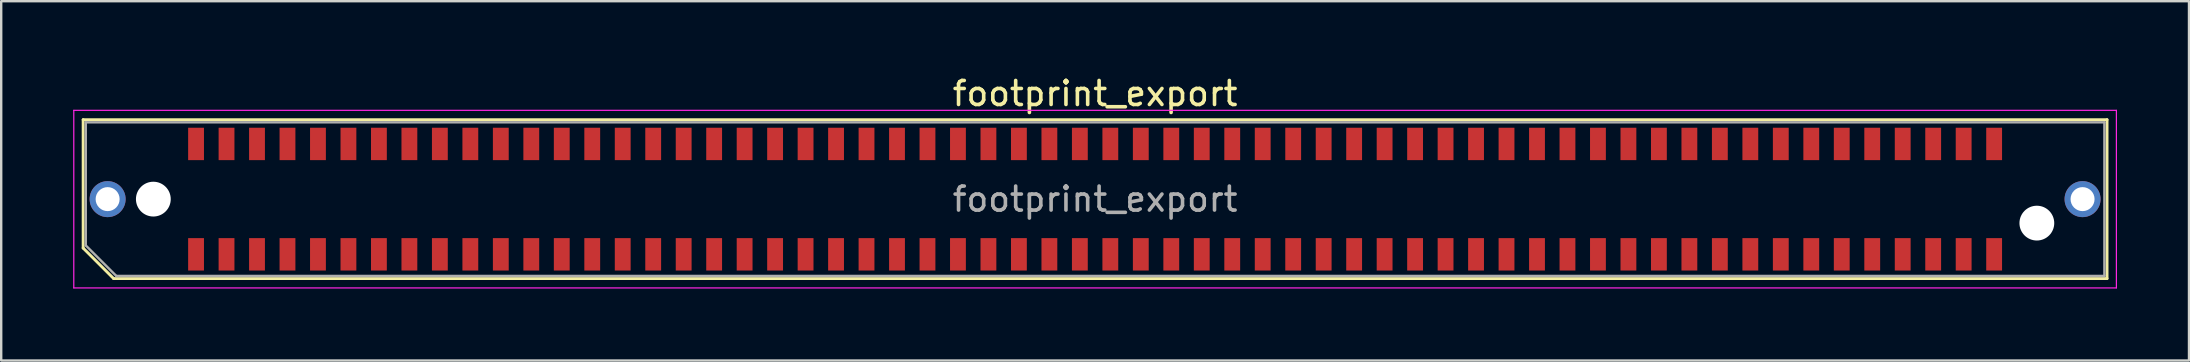
<source format=kicad_pcb>
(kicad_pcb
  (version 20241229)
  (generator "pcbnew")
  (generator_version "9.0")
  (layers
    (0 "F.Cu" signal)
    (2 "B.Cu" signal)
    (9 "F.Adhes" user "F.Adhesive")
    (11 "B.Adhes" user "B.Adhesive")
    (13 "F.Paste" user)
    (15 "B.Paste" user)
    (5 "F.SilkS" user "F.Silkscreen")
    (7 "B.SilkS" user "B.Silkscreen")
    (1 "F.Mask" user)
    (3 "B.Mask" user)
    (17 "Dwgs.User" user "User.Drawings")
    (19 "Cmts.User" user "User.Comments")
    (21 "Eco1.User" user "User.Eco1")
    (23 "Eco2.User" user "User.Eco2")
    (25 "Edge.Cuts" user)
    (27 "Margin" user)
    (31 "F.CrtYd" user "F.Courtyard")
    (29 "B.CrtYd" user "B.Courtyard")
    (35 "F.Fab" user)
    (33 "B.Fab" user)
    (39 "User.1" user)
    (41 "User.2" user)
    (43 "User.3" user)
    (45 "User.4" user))
  (footprint "footprint_export"
    (layer "F.Cu")
    (at 42.585 5.248)
    (property "Reference" "footprint_export" (at 0 -4.4 0) (layer "F.SilkS") (effects (font (size 1 1) (thickness 0.15))))
    (attr smd)
    (fp_line (start -42.17 -3.31) (end 42.17 -3.31) (stroke (width 0.12) (type solid)) (layer "F.SilkS"))
    (fp_line (start -42.17 2.04) (end -42.17 -3.31) (stroke (width 0.12) (type solid)) (layer "F.SilkS"))
    (fp_line (start -40.9 3.31) (end -42.17 2.04) (stroke (width 0.12) (type solid)) (layer "F.SilkS"))
    (fp_line (start -40.9 3.31) (end 42.17 3.31) (stroke (width 0.12) (type solid)) (layer "F.SilkS"))
    (fp_line (start 42.17 3.31) (end 42.17 -3.31) (stroke (width 0.12) (type solid)) (layer "F.SilkS"))
    (fp_line (start -42.56 -3.7) (end -42.56 3.7) (stroke (width 0.05) (type solid)) (layer "F.CrtYd"))
    (fp_line (start -42.56 3.7) (end 42.56 3.7) (stroke (width 0.05) (type solid)) (layer "F.CrtYd"))
    (fp_line (start 42.56 -3.7) (end -42.56 -3.7) (stroke (width 0.05) (type solid)) (layer "F.CrtYd"))
    (fp_line (start 42.56 3.7) (end 42.56 -3.7) (stroke (width 0.05) (type solid)) (layer "F.CrtYd"))
    (fp_line (start -42.06 -3.2) (end 42.06 -3.2) (stroke (width 0.1) (type solid)) (layer "F.Fab"))
    (fp_line (start -42.06 1.93) (end -42.06 -3.2) (stroke (width 0.1) (type solid)) (layer "F.Fab"))
    (fp_line (start -42.06 1.93) (end -40.79 3.2) (stroke (width 0.1) (type solid)) (layer "F.Fab"))
    (fp_line (start -40.79 3.2) (end 42.06 3.2) (stroke (width 0.1) (type solid)) (layer "F.Fab"))
    (fp_line (start 42.06 3.2) (end 42.06 -3.2) (stroke (width 0.1) (type solid)) (layer "F.Fab"))
    (fp_text user "${REFERENCE}" (at 0 0 0) (layer "F.Fab") (effects (font (size 1 1) (thickness 0.15))))
    (pad "" thru_hole circle (at -41.15 0) (size 1.5 1.5) (drill 1) (layers "*.Cu" "*.Mask"))
    (pad "" np_thru_hole circle (at -39.245 0) (size 1.45 1.45) (drill 1.45) (layers "*.Cu" "*.Mask"))
    (pad "" np_thru_hole circle (at 39.245 1) (size 1.45 1.45) (drill 1.45) (layers "*.Cu" "*.Mask"))
    (pad "" thru_hole circle (at 41.15 0) (size 1.5 1.5) (drill 1) (layers "*.Cu" "*.Mask"))
    (pad "1" smd rect (at -37.465 2.3) (size 0.66 1.35) (layers "F.Cu" "F.Mask" "F.Paste"))
    (pad "2" smd rect (at -37.465 -2.3) (size 0.66 1.35) (layers "F.Cu" "F.Mask" "F.Paste"))
    (pad "3" smd rect (at -36.195 2.3) (size 0.66 1.35) (layers "F.Cu" "F.Mask" "F.Paste"))
    (pad "4" smd rect (at -36.195 -2.3) (size 0.66 1.35) (layers "F.Cu" "F.Mask" "F.Paste"))
    (pad "5" smd rect (at -34.925 2.3) (size 0.66 1.35) (layers "F.Cu" "F.Mask" "F.Paste"))
    (pad "6" smd rect (at -34.925 -2.3) (size 0.66 1.35) (layers "F.Cu" "F.Mask" "F.Paste"))
    (pad "7" smd rect (at -33.655 2.3) (size 0.66 1.35) (layers "F.Cu" "F.Mask" "F.Paste"))
    (pad "8" smd rect (at -33.655 -2.3) (size 0.66 1.35) (layers "F.Cu" "F.Mask" "F.Paste"))
    (pad "9" smd rect (at -32.385 2.3) (size 0.66 1.35) (layers "F.Cu" "F.Mask" "F.Paste"))
    (pad "10" smd rect (at -32.385 -2.3) (size 0.66 1.35) (layers "F.Cu" "F.Mask" "F.Paste"))
    (pad "11" smd rect (at -31.115 2.3) (size 0.66 1.35) (layers "F.Cu" "F.Mask" "F.Paste"))
    (pad "12" smd rect (at -31.115 -2.3) (size 0.66 1.35) (layers "F.Cu" "F.Mask" "F.Paste"))
    (pad "13" smd rect (at -29.845 2.3) (size 0.66 1.35) (layers "F.Cu" "F.Mask" "F.Paste"))
    (pad "14" smd rect (at -29.845 -2.3) (size 0.66 1.35) (layers "F.Cu" "F.Mask" "F.Paste"))
    (pad "15" smd rect (at -28.575 2.3) (size 0.66 1.35) (layers "F.Cu" "F.Mask" "F.Paste"))
    (pad "16" smd rect (at -28.575 -2.3) (size 0.66 1.35) (layers "F.Cu" "F.Mask" "F.Paste"))
    (pad "17" smd rect (at -27.305 2.3) (size 0.66 1.35) (layers "F.Cu" "F.Mask" "F.Paste"))
    (pad "18" smd rect (at -27.305 -2.3) (size 0.66 1.35) (layers "F.Cu" "F.Mask" "F.Paste"))
    (pad "19" smd rect (at -26.035 2.3) (size 0.66 1.35) (layers "F.Cu" "F.Mask" "F.Paste"))
    (pad "20" smd rect (at -26.035 -2.3) (size 0.66 1.35) (layers "F.Cu" "F.Mask" "F.Paste"))
    (pad "21" smd rect (at -24.765 2.3) (size 0.66 1.35) (layers "F.Cu" "F.Mask" "F.Paste"))
    (pad "22" smd rect (at -24.765 -2.3) (size 0.66 1.35) (layers "F.Cu" "F.Mask" "F.Paste"))
    (pad "23" smd rect (at -23.495 2.3) (size 0.66 1.35) (layers "F.Cu" "F.Mask" "F.Paste"))
    (pad "24" smd rect (at -23.495 -2.3) (size 0.66 1.35) (layers "F.Cu" "F.Mask" "F.Paste"))
    (pad "25" smd rect (at -22.225 2.3) (size 0.66 1.35) (layers "F.Cu" "F.Mask" "F.Paste"))
    (pad "26" smd rect (at -22.225 -2.3) (size 0.66 1.35) (layers "F.Cu" "F.Mask" "F.Paste"))
    (pad "27" smd rect (at -20.955 2.3) (size 0.66 1.35) (layers "F.Cu" "F.Mask" "F.Paste"))
    (pad "28" smd rect (at -20.955 -2.3) (size 0.66 1.35) (layers "F.Cu" "F.Mask" "F.Paste"))
    (pad "29" smd rect (at -19.685 2.3) (size 0.66 1.35) (layers "F.Cu" "F.Mask" "F.Paste"))
    (pad "30" smd rect (at -19.685 -2.3) (size 0.66 1.35) (layers "F.Cu" "F.Mask" "F.Paste"))
    (pad "31" smd rect (at -18.415 2.3) (size 0.66 1.35) (layers "F.Cu" "F.Mask" "F.Paste"))
    (pad "32" smd rect (at -18.415 -2.3) (size 0.66 1.35) (layers "F.Cu" "F.Mask" "F.Paste"))
    (pad "33" smd rect (at -17.145 2.3) (size 0.66 1.35) (layers "F.Cu" "F.Mask" "F.Paste"))
    (pad "34" smd rect (at -17.145 -2.3) (size 0.66 1.35) (layers "F.Cu" "F.Mask" "F.Paste"))
    (pad "35" smd rect (at -15.875 2.3) (size 0.66 1.35) (layers "F.Cu" "F.Mask" "F.Paste"))
    (pad "36" smd rect (at -15.875 -2.3) (size 0.66 1.35) (layers "F.Cu" "F.Mask" "F.Paste"))
    (pad "37" smd rect (at -14.605 2.3) (size 0.66 1.35) (layers "F.Cu" "F.Mask" "F.Paste"))
    (pad "38" smd rect (at -14.605 -2.3) (size 0.66 1.35) (layers "F.Cu" "F.Mask" "F.Paste"))
    (pad "39" smd rect (at -13.335 2.3) (size 0.66 1.35) (layers "F.Cu" "F.Mask" "F.Paste"))
    (pad "40" smd rect (at -13.335 -2.3) (size 0.66 1.35) (layers "F.Cu" "F.Mask" "F.Paste"))
    (pad "41" smd rect (at -12.065 2.3) (size 0.66 1.35) (layers "F.Cu" "F.Mask" "F.Paste"))
    (pad "42" smd rect (at -12.065 -2.3) (size 0.66 1.35) (layers "F.Cu" "F.Mask" "F.Paste"))
    (pad "43" smd rect (at -10.795 2.3) (size 0.66 1.35) (layers "F.Cu" "F.Mask" "F.Paste"))
    (pad "44" smd rect (at -10.795 -2.3) (size 0.66 1.35) (layers "F.Cu" "F.Mask" "F.Paste"))
    (pad "45" smd rect (at -9.525 2.3) (size 0.66 1.35) (layers "F.Cu" "F.Mask" "F.Paste"))
    (pad "46" smd rect (at -9.525 -2.3) (size 0.66 1.35) (layers "F.Cu" "F.Mask" "F.Paste"))
    (pad "47" smd rect (at -8.255 2.3) (size 0.66 1.35) (layers "F.Cu" "F.Mask" "F.Paste"))
    (pad "48" smd rect (at -8.255 -2.3) (size 0.66 1.35) (layers "F.Cu" "F.Mask" "F.Paste"))
    (pad "49" smd rect (at -6.985 2.3) (size 0.66 1.35) (layers "F.Cu" "F.Mask" "F.Paste"))
    (pad "50" smd rect (at -6.985 -2.3) (size 0.66 1.35) (layers "F.Cu" "F.Mask" "F.Paste"))
    (pad "51" smd rect (at -5.715 2.3) (size 0.66 1.35) (layers "F.Cu" "F.Mask" "F.Paste"))
    (pad "52" smd rect (at -5.715 -2.3) (size 0.66 1.35) (layers "F.Cu" "F.Mask" "F.Paste"))
    (pad "53" smd rect (at -4.445 2.3) (size 0.66 1.35) (layers "F.Cu" "F.Mask" "F.Paste"))
    (pad "54" smd rect (at -4.445 -2.3) (size 0.66 1.35) (layers "F.Cu" "F.Mask" "F.Paste"))
    (pad "55" smd rect (at -3.175 2.3) (size 0.66 1.35) (layers "F.Cu" "F.Mask" "F.Paste"))
    (pad "56" smd rect (at -3.175 -2.3) (size 0.66 1.35) (layers "F.Cu" "F.Mask" "F.Paste"))
    (pad "57" smd rect (at -1.905 2.3) (size 0.66 1.35) (layers "F.Cu" "F.Mask" "F.Paste"))
    (pad "58" smd rect (at -1.905 -2.3) (size 0.66 1.35) (layers "F.Cu" "F.Mask" "F.Paste"))
    (pad "59" smd rect (at -0.635 2.3) (size 0.66 1.35) (layers "F.Cu" "F.Mask" "F.Paste"))
    (pad "60" smd rect (at -0.635 -2.3) (size 0.66 1.35) (layers "F.Cu" "F.Mask" "F.Paste"))
    (pad "61" smd rect (at 0.635 2.3) (size 0.66 1.35) (layers "F.Cu" "F.Mask" "F.Paste"))
    (pad "62" smd rect (at 0.635 -2.3) (size 0.66 1.35) (layers "F.Cu" "F.Mask" "F.Paste"))
    (pad "63" smd rect (at 1.905 2.3) (size 0.66 1.35) (layers "F.Cu" "F.Mask" "F.Paste"))
    (pad "64" smd rect (at 1.905 -2.3) (size 0.66 1.35) (layers "F.Cu" "F.Mask" "F.Paste"))
    (pad "65" smd rect (at 3.175 2.3) (size 0.66 1.35) (layers "F.Cu" "F.Mask" "F.Paste"))
    (pad "66" smd rect (at 3.175 -2.3) (size 0.66 1.35) (layers "F.Cu" "F.Mask" "F.Paste"))
    (pad "67" smd rect (at 4.445 2.3) (size 0.66 1.35) (layers "F.Cu" "F.Mask" "F.Paste"))
    (pad "68" smd rect (at 4.445 -2.3) (size 0.66 1.35) (layers "F.Cu" "F.Mask" "F.Paste"))
    (pad "69" smd rect (at 5.715 2.3) (size 0.66 1.35) (layers "F.Cu" "F.Mask" "F.Paste"))
    (pad "70" smd rect (at 5.715 -2.3) (size 0.66 1.35) (layers "F.Cu" "F.Mask" "F.Paste"))
    (pad "71" smd rect (at 6.985 2.3) (size 0.66 1.35) (layers "F.Cu" "F.Mask" "F.Paste"))
    (pad "72" smd rect (at 6.985 -2.3) (size 0.66 1.35) (layers "F.Cu" "F.Mask" "F.Paste"))
    (pad "73" smd rect (at 8.255 2.3) (size 0.66 1.35) (layers "F.Cu" "F.Mask" "F.Paste"))
    (pad "74" smd rect (at 8.255 -2.3) (size 0.66 1.35) (layers "F.Cu" "F.Mask" "F.Paste"))
    (pad "75" smd rect (at 9.525 2.3) (size 0.66 1.35) (layers "F.Cu" "F.Mask" "F.Paste"))
    (pad "76" smd rect (at 9.525 -2.3) (size 0.66 1.35) (layers "F.Cu" "F.Mask" "F.Paste"))
    (pad "77" smd rect (at 10.795 2.3) (size 0.66 1.35) (layers "F.Cu" "F.Mask" "F.Paste"))
    (pad "78" smd rect (at 10.795 -2.3) (size 0.66 1.35) (layers "F.Cu" "F.Mask" "F.Paste"))
    (pad "79" smd rect (at 12.065 2.3) (size 0.66 1.35) (layers "F.Cu" "F.Mask" "F.Paste"))
    (pad "80" smd rect (at 12.065 -2.3) (size 0.66 1.35) (layers "F.Cu" "F.Mask" "F.Paste"))
    (pad "81" smd rect (at 13.335 2.3) (size 0.66 1.35) (layers "F.Cu" "F.Mask" "F.Paste"))
    (pad "82" smd rect (at 13.335 -2.3) (size 0.66 1.35) (layers "F.Cu" "F.Mask" "F.Paste"))
    (pad "83" smd rect (at 14.605 2.3) (size 0.66 1.35) (layers "F.Cu" "F.Mask" "F.Paste"))
    (pad "84" smd rect (at 14.605 -2.3) (size 0.66 1.35) (layers "F.Cu" "F.Mask" "F.Paste"))
    (pad "85" smd rect (at 15.875 2.3) (size 0.66 1.35) (layers "F.Cu" "F.Mask" "F.Paste"))
    (pad "86" smd rect (at 15.875 -2.3) (size 0.66 1.35) (layers "F.Cu" "F.Mask" "F.Paste"))
    (pad "87" smd rect (at 17.145 2.3) (size 0.66 1.35) (layers "F.Cu" "F.Mask" "F.Paste"))
    (pad "88" smd rect (at 17.145 -2.3) (size 0.66 1.35) (layers "F.Cu" "F.Mask" "F.Paste"))
    (pad "89" smd rect (at 18.415 2.3) (size 0.66 1.35) (layers "F.Cu" "F.Mask" "F.Paste"))
    (pad "90" smd rect (at 18.415 -2.3) (size 0.66 1.35) (layers "F.Cu" "F.Mask" "F.Paste"))
    (pad "91" smd rect (at 19.685 2.3) (size 0.66 1.35) (layers "F.Cu" "F.Mask" "F.Paste"))
    (pad "92" smd rect (at 19.685 -2.3) (size 0.66 1.35) (layers "F.Cu" "F.Mask" "F.Paste"))
    (pad "93" smd rect (at 20.955 2.3) (size 0.66 1.35) (layers "F.Cu" "F.Mask" "F.Paste"))
    (pad "94" smd rect (at 20.955 -2.3) (size 0.66 1.35) (layers "F.Cu" "F.Mask" "F.Paste"))
    (pad "95" smd rect (at 22.225 2.3) (size 0.66 1.35) (layers "F.Cu" "F.Mask" "F.Paste"))
    (pad "96" smd rect (at 22.225 -2.3) (size 0.66 1.35) (layers "F.Cu" "F.Mask" "F.Paste"))
    (pad "97" smd rect (at 23.495 2.3) (size 0.66 1.35) (layers "F.Cu" "F.Mask" "F.Paste"))
    (pad "98" smd rect (at 23.495 -2.3) (size 0.66 1.35) (layers "F.Cu" "F.Mask" "F.Paste"))
    (pad "99" smd rect (at 24.765 2.3) (size 0.66 1.35) (layers "F.Cu" "F.Mask" "F.Paste"))
    (pad "100" smd rect (at 24.765 -2.3) (size 0.66 1.35) (layers "F.Cu" "F.Mask" "F.Paste"))
    (pad "101" smd rect (at 26.035 2.3) (size 0.66 1.35) (layers "F.Cu" "F.Mask" "F.Paste"))
    (pad "102" smd rect (at 26.035 -2.3) (size 0.66 1.35) (layers "F.Cu" "F.Mask" "F.Paste"))
    (pad "103" smd rect (at 27.305 2.3) (size 0.66 1.35) (layers "F.Cu" "F.Mask" "F.Paste"))
    (pad "104" smd rect (at 27.305 -2.3) (size 0.66 1.35) (layers "F.Cu" "F.Mask" "F.Paste"))
    (pad "105" smd rect (at 28.575 2.3) (size 0.66 1.35) (layers "F.Cu" "F.Mask" "F.Paste"))
    (pad "106" smd rect (at 28.575 -2.3) (size 0.66 1.35) (layers "F.Cu" "F.Mask" "F.Paste"))
    (pad "107" smd rect (at 29.845 2.3) (size 0.66 1.35) (layers "F.Cu" "F.Mask" "F.Paste"))
    (pad "108" smd rect (at 29.845 -2.3) (size 0.66 1.35) (layers "F.Cu" "F.Mask" "F.Paste"))
    (pad "109" smd rect (at 31.115 2.3) (size 0.66 1.35) (layers "F.Cu" "F.Mask" "F.Paste"))
    (pad "110" smd rect (at 31.115 -2.3) (size 0.66 1.35) (layers "F.Cu" "F.Mask" "F.Paste"))
    (pad "111" smd rect (at 32.385 2.3) (size 0.66 1.35) (layers "F.Cu" "F.Mask" "F.Paste"))
    (pad "112" smd rect (at 32.385 -2.3) (size 0.66 1.35) (layers "F.Cu" "F.Mask" "F.Paste"))
    (pad "113" smd rect (at 33.655 2.3) (size 0.66 1.35) (layers "F.Cu" "F.Mask" "F.Paste"))
    (pad "114" smd rect (at 33.655 -2.3) (size 0.66 1.35) (layers "F.Cu" "F.Mask" "F.Paste"))
    (pad "115" smd rect (at 34.925 2.3) (size 0.66 1.35) (layers "F.Cu" "F.Mask" "F.Paste"))
    (pad "116" smd rect (at 34.925 -2.3) (size 0.66 1.35) (layers "F.Cu" "F.Mask" "F.Paste"))
    (pad "117" smd rect (at 36.195 2.3) (size 0.66 1.35) (layers "F.Cu" "F.Mask" "F.Paste"))
    (pad "118" smd rect (at 36.195 -2.3) (size 0.66 1.35) (layers "F.Cu" "F.Mask" "F.Paste"))
    (pad "119" smd rect (at 37.465 2.3) (size 0.66 1.35) (layers "F.Cu" "F.Mask" "F.Paste"))
    (pad "120" smd rect (at 37.465 -2.3) (size 0.66 1.35) (layers "F.Cu" "F.Mask" "F.Paste")))
  (gr_rect
    (start -3 -3)
    (end 88.17 11.973)
    (stroke (width 0.1) (type default))
    (fill no)
    (layer "Edge.Cuts")))
</source>
